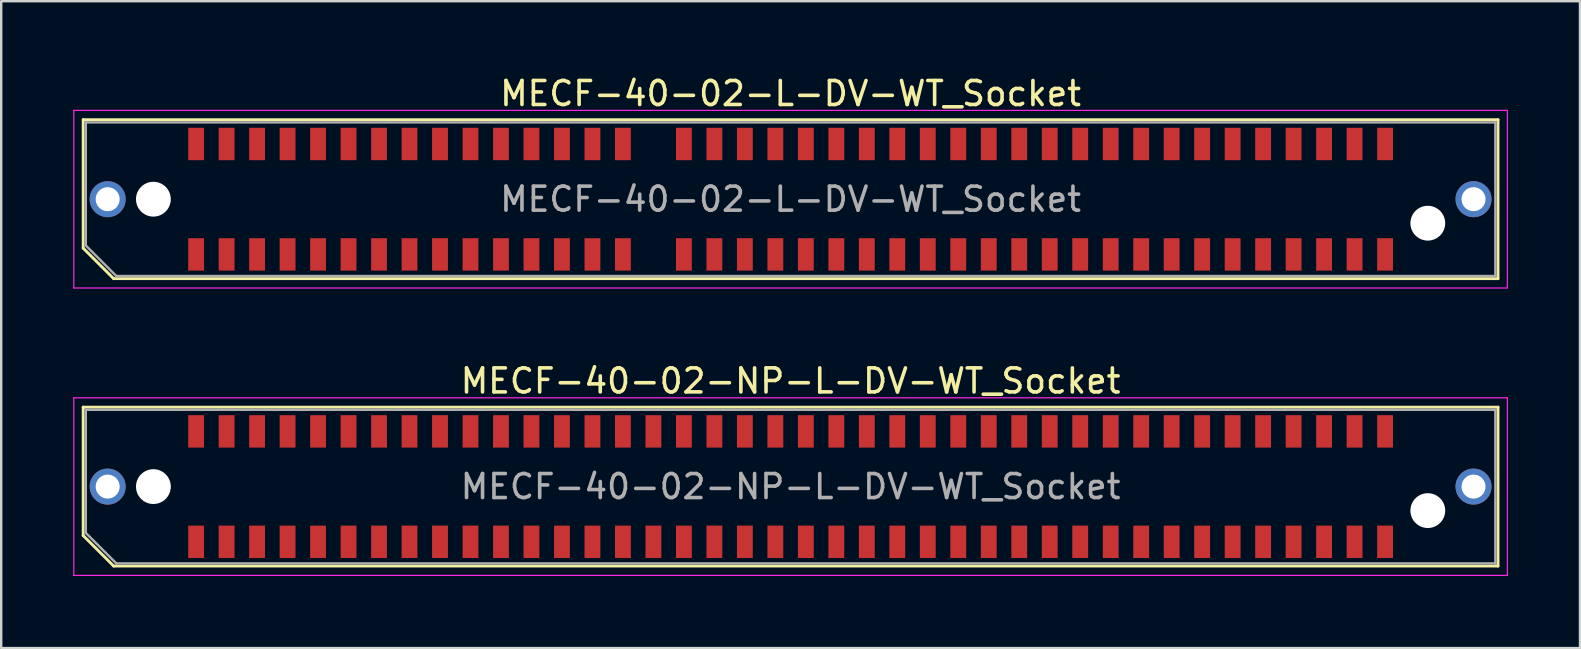
<source format=kicad_pcb>
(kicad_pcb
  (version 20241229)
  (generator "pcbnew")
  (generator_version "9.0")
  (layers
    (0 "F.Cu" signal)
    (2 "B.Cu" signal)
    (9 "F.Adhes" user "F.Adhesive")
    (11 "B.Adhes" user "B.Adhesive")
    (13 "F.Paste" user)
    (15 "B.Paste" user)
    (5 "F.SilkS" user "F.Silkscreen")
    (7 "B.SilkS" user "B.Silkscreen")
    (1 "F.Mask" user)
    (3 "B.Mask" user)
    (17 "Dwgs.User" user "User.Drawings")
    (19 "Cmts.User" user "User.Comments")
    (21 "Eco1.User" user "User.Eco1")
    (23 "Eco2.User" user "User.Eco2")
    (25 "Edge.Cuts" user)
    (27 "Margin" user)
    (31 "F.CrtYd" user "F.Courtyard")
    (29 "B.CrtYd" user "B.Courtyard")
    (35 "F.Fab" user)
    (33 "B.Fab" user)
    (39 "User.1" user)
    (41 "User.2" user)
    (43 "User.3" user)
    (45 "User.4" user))
  (footprint "MECF-40-02-L-DV-WT_Socket"
    (layer "F.Cu")
    (at 29.885 5.248)
    (property "Reference" "MECF-40-02-L-DV-WT_Socket" (at 0 -4.4 0) (layer "F.SilkS") (effects (font (size 1 1) (thickness 0.15))))
    (attr smd)
    (fp_line (start -29.47 -3.31) (end 29.47 -3.31) (stroke (width 0.12) (type solid)) (layer "F.SilkS"))
    (fp_line (start -29.47 2.04) (end -29.47 -3.31) (stroke (width 0.12) (type solid)) (layer "F.SilkS"))
    (fp_line (start -28.2 3.31) (end -29.47 2.04) (stroke (width 0.12) (type solid)) (layer "F.SilkS"))
    (fp_line (start -28.2 3.31) (end 29.47 3.31) (stroke (width 0.12) (type solid)) (layer "F.SilkS"))
    (fp_line (start 29.47 3.31) (end 29.47 -3.31) (stroke (width 0.12) (type solid)) (layer "F.SilkS"))
    (fp_line (start -29.86 -3.7) (end -29.86 3.7) (stroke (width 0.05) (type solid)) (layer "F.CrtYd"))
    (fp_line (start -29.86 3.7) (end 29.86 3.7) (stroke (width 0.05) (type solid)) (layer "F.CrtYd"))
    (fp_line (start 29.86 -3.7) (end -29.86 -3.7) (stroke (width 0.05) (type solid)) (layer "F.CrtYd"))
    (fp_line (start 29.86 3.7) (end 29.86 -3.7) (stroke (width 0.05) (type solid)) (layer "F.CrtYd"))
    (fp_line (start -29.36 -3.2) (end 29.36 -3.2) (stroke (width 0.1) (type solid)) (layer "F.Fab"))
    (fp_line (start -29.36 1.93) (end -29.36 -3.2) (stroke (width 0.1) (type solid)) (layer "F.Fab"))
    (fp_line (start -29.36 1.93) (end -28.09 3.2) (stroke (width 0.1) (type solid)) (layer "F.Fab"))
    (fp_line (start -28.09 3.2) (end 29.36 3.2) (stroke (width 0.1) (type solid)) (layer "F.Fab"))
    (fp_line (start 29.36 3.2) (end 29.36 -3.2) (stroke (width 0.1) (type solid)) (layer "F.Fab"))
    (fp_text user "${REFERENCE}" (at 0 0 0) (layer "F.Fab") (effects (font (size 1 1) (thickness 0.15))))
    (pad "" thru_hole circle (at -28.45 0) (size 1.5 1.5) (drill 1) (layers "*.Cu" "*.Mask"))
    (pad "" np_thru_hole circle (at -26.545 0) (size 1.45 1.45) (drill 1.45) (layers "*.Cu" "*.Mask"))
    (pad "" np_thru_hole circle (at 26.545 1) (size 1.45 1.45) (drill 1.45) (layers "*.Cu" "*.Mask"))
    (pad "" thru_hole circle (at 28.45 0) (size 1.5 1.5) (drill 1) (layers "*.Cu" "*.Mask"))
    (pad "1" smd rect (at -24.765 2.3) (size 0.66 1.35) (layers "F.Cu" "F.Mask" "F.Paste"))
    (pad "2" smd rect (at -24.765 -2.3) (size 0.66 1.35) (layers "F.Cu" "F.Mask" "F.Paste"))
    (pad "3" smd rect (at -23.495 2.3) (size 0.66 1.35) (layers "F.Cu" "F.Mask" "F.Paste"))
    (pad "4" smd rect (at -23.495 -2.3) (size 0.66 1.35) (layers "F.Cu" "F.Mask" "F.Paste"))
    (pad "5" smd rect (at -22.225 2.3) (size 0.66 1.35) (layers "F.Cu" "F.Mask" "F.Paste"))
    (pad "6" smd rect (at -22.225 -2.3) (size 0.66 1.35) (layers "F.Cu" "F.Mask" "F.Paste"))
    (pad "7" smd rect (at -20.955 2.3) (size 0.66 1.35) (layers "F.Cu" "F.Mask" "F.Paste"))
    (pad "8" smd rect (at -20.955 -2.3) (size 0.66 1.35) (layers "F.Cu" "F.Mask" "F.Paste"))
    (pad "9" smd rect (at -19.685 2.3) (size 0.66 1.35) (layers "F.Cu" "F.Mask" "F.Paste"))
    (pad "10" smd rect (at -19.685 -2.3) (size 0.66 1.35) (layers "F.Cu" "F.Mask" "F.Paste"))
    (pad "11" smd rect (at -18.415 2.3) (size 0.66 1.35) (layers "F.Cu" "F.Mask" "F.Paste"))
    (pad "12" smd rect (at -18.415 -2.3) (size 0.66 1.35) (layers "F.Cu" "F.Mask" "F.Paste"))
    (pad "13" smd rect (at -17.145 2.3) (size 0.66 1.35) (layers "F.Cu" "F.Mask" "F.Paste"))
    (pad "14" smd rect (at -17.145 -2.3) (size 0.66 1.35) (layers "F.Cu" "F.Mask" "F.Paste"))
    (pad "15" smd rect (at -15.875 2.3) (size 0.66 1.35) (layers "F.Cu" "F.Mask" "F.Paste"))
    (pad "16" smd rect (at -15.875 -2.3) (size 0.66 1.35) (layers "F.Cu" "F.Mask" "F.Paste"))
    (pad "17" smd rect (at -14.605 2.3) (size 0.66 1.35) (layers "F.Cu" "F.Mask" "F.Paste"))
    (pad "18" smd rect (at -14.605 -2.3) (size 0.66 1.35) (layers "F.Cu" "F.Mask" "F.Paste"))
    (pad "19" smd rect (at -13.335 2.3) (size 0.66 1.35) (layers "F.Cu" "F.Mask" "F.Paste"))
    (pad "20" smd rect (at -13.335 -2.3) (size 0.66 1.35) (layers "F.Cu" "F.Mask" "F.Paste"))
    (pad "21" smd rect (at -12.065 2.3) (size 0.66 1.35) (layers "F.Cu" "F.Mask" "F.Paste"))
    (pad "22" smd rect (at -12.065 -2.3) (size 0.66 1.35) (layers "F.Cu" "F.Mask" "F.Paste"))
    (pad "23" smd rect (at -10.795 2.3) (size 0.66 1.35) (layers "F.Cu" "F.Mask" "F.Paste"))
    (pad "24" smd rect (at -10.795 -2.3) (size 0.66 1.35) (layers "F.Cu" "F.Mask" "F.Paste"))
    (pad "25" smd rect (at -9.525 2.3) (size 0.66 1.35) (layers "F.Cu" "F.Mask" "F.Paste"))
    (pad "26" smd rect (at -9.525 -2.3) (size 0.66 1.35) (layers "F.Cu" "F.Mask" "F.Paste"))
    (pad "27" smd rect (at -8.255 2.3) (size 0.66 1.35) (layers "F.Cu" "F.Mask" "F.Paste"))
    (pad "28" smd rect (at -8.255 -2.3) (size 0.66 1.35) (layers "F.Cu" "F.Mask" "F.Paste"))
    (pad "29" smd rect (at -6.985 2.3) (size 0.66 1.35) (layers "F.Cu" "F.Mask" "F.Paste"))
    (pad "30" smd rect (at -6.985 -2.3) (size 0.66 1.35) (layers "F.Cu" "F.Mask" "F.Paste"))
    (pad "33" smd rect (at -4.445 2.3) (size 0.66 1.35) (layers "F.Cu" "F.Mask" "F.Paste"))
    (pad "34" smd rect (at -4.445 -2.3) (size 0.66 1.35) (layers "F.Cu" "F.Mask" "F.Paste"))
    (pad "35" smd rect (at -3.175 2.3) (size 0.66 1.35) (layers "F.Cu" "F.Mask" "F.Paste"))
    (pad "36" smd rect (at -3.175 -2.3) (size 0.66 1.35) (layers "F.Cu" "F.Mask" "F.Paste"))
    (pad "37" smd rect (at -1.905 2.3) (size 0.66 1.35) (layers "F.Cu" "F.Mask" "F.Paste"))
    (pad "38" smd rect (at -1.905 -2.3) (size 0.66 1.35) (layers "F.Cu" "F.Mask" "F.Paste"))
    (pad "39" smd rect (at -0.635 2.3) (size 0.66 1.35) (layers "F.Cu" "F.Mask" "F.Paste"))
    (pad "40" smd rect (at -0.635 -2.3) (size 0.66 1.35) (layers "F.Cu" "F.Mask" "F.Paste"))
    (pad "41" smd rect (at 0.635 2.3) (size 0.66 1.35) (layers "F.Cu" "F.Mask" "F.Paste"))
    (pad "42" smd rect (at 0.635 -2.3) (size 0.66 1.35) (layers "F.Cu" "F.Mask" "F.Paste"))
    (pad "43" smd rect (at 1.905 2.3) (size 0.66 1.35) (layers "F.Cu" "F.Mask" "F.Paste"))
    (pad "44" smd rect (at 1.905 -2.3) (size 0.66 1.35) (layers "F.Cu" "F.Mask" "F.Paste"))
    (pad "45" smd rect (at 3.175 2.3) (size 0.66 1.35) (layers "F.Cu" "F.Mask" "F.Paste"))
    (pad "46" smd rect (at 3.175 -2.3) (size 0.66 1.35) (layers "F.Cu" "F.Mask" "F.Paste"))
    (pad "47" smd rect (at 4.445 2.3) (size 0.66 1.35) (layers "F.Cu" "F.Mask" "F.Paste"))
    (pad "48" smd rect (at 4.445 -2.3) (size 0.66 1.35) (layers "F.Cu" "F.Mask" "F.Paste"))
    (pad "49" smd rect (at 5.715 2.3) (size 0.66 1.35) (layers "F.Cu" "F.Mask" "F.Paste"))
    (pad "50" smd rect (at 5.715 -2.3) (size 0.66 1.35) (layers "F.Cu" "F.Mask" "F.Paste"))
    (pad "51" smd rect (at 6.985 2.3) (size 0.66 1.35) (layers "F.Cu" "F.Mask" "F.Paste"))
    (pad "52" smd rect (at 6.985 -2.3) (size 0.66 1.35) (layers "F.Cu" "F.Mask" "F.Paste"))
    (pad "53" smd rect (at 8.255 2.3) (size 0.66 1.35) (layers "F.Cu" "F.Mask" "F.Paste"))
    (pad "54" smd rect (at 8.255 -2.3) (size 0.66 1.35) (layers "F.Cu" "F.Mask" "F.Paste"))
    (pad "55" smd rect (at 9.525 2.3) (size 0.66 1.35) (layers "F.Cu" "F.Mask" "F.Paste"))
    (pad "56" smd rect (at 9.525 -2.3) (size 0.66 1.35) (layers "F.Cu" "F.Mask" "F.Paste"))
    (pad "57" smd rect (at 10.795 2.3) (size 0.66 1.35) (layers "F.Cu" "F.Mask" "F.Paste"))
    (pad "58" smd rect (at 10.795 -2.3) (size 0.66 1.35) (layers "F.Cu" "F.Mask" "F.Paste"))
    (pad "59" smd rect (at 12.065 2.3) (size 0.66 1.35) (layers "F.Cu" "F.Mask" "F.Paste"))
    (pad "60" smd rect (at 12.065 -2.3) (size 0.66 1.35) (layers "F.Cu" "F.Mask" "F.Paste"))
    (pad "61" smd rect (at 13.335 2.3) (size 0.66 1.35) (layers "F.Cu" "F.Mask" "F.Paste"))
    (pad "62" smd rect (at 13.335 -2.3) (size 0.66 1.35) (layers "F.Cu" "F.Mask" "F.Paste"))
    (pad "63" smd rect (at 14.605 2.3) (size 0.66 1.35) (layers "F.Cu" "F.Mask" "F.Paste"))
    (pad "64" smd rect (at 14.605 -2.3) (size 0.66 1.35) (layers "F.Cu" "F.Mask" "F.Paste"))
    (pad "65" smd rect (at 15.875 2.3) (size 0.66 1.35) (layers "F.Cu" "F.Mask" "F.Paste"))
    (pad "66" smd rect (at 15.875 -2.3) (size 0.66 1.35) (layers "F.Cu" "F.Mask" "F.Paste"))
    (pad "67" smd rect (at 17.145 2.3) (size 0.66 1.35) (layers "F.Cu" "F.Mask" "F.Paste"))
    (pad "68" smd rect (at 17.145 -2.3) (size 0.66 1.35) (layers "F.Cu" "F.Mask" "F.Paste"))
    (pad "69" smd rect (at 18.415 2.3) (size 0.66 1.35) (layers "F.Cu" "F.Mask" "F.Paste"))
    (pad "70" smd rect (at 18.415 -2.3) (size 0.66 1.35) (layers "F.Cu" "F.Mask" "F.Paste"))
    (pad "71" smd rect (at 19.685 2.3) (size 0.66 1.35) (layers "F.Cu" "F.Mask" "F.Paste"))
    (pad "72" smd rect (at 19.685 -2.3) (size 0.66 1.35) (layers "F.Cu" "F.Mask" "F.Paste"))
    (pad "73" smd rect (at 20.955 2.3) (size 0.66 1.35) (layers "F.Cu" "F.Mask" "F.Paste"))
    (pad "74" smd rect (at 20.955 -2.3) (size 0.66 1.35) (layers "F.Cu" "F.Mask" "F.Paste"))
    (pad "75" smd rect (at 22.225 2.3) (size 0.66 1.35) (layers "F.Cu" "F.Mask" "F.Paste"))
    (pad "76" smd rect (at 22.225 -2.3) (size 0.66 1.35) (layers "F.Cu" "F.Mask" "F.Paste"))
    (pad "77" smd rect (at 23.495 2.3) (size 0.66 1.35) (layers "F.Cu" "F.Mask" "F.Paste"))
    (pad "78" smd rect (at 23.495 -2.3) (size 0.66 1.35) (layers "F.Cu" "F.Mask" "F.Paste"))
    (pad "79" smd rect (at 24.765 2.3) (size 0.66 1.35) (layers "F.Cu" "F.Mask" "F.Paste"))
    (pad "80" smd rect (at 24.765 -2.3) (size 0.66 1.35) (layers "F.Cu" "F.Mask" "F.Paste")))
  (footprint "MECF-40-02-NP-L-DV-WT_Socket"
    (layer "F.Cu")
    (at 29.885 17.221)
    (property "Reference" "MECF-40-02-NP-L-DV-WT_Socket" (at 0 -4.4 0) (layer "F.SilkS") (effects (font (size 1 1) (thickness 0.15))))
    (attr smd)
    (fp_line (start -29.47 -3.31) (end 29.47 -3.31) (stroke (width 0.12) (type solid)) (layer "F.SilkS"))
    (fp_line (start -29.47 2.04) (end -29.47 -3.31) (stroke (width 0.12) (type solid)) (layer "F.SilkS"))
    (fp_line (start -28.2 3.31) (end -29.47 2.04) (stroke (width 0.12) (type solid)) (layer "F.SilkS"))
    (fp_line (start -28.2 3.31) (end 29.47 3.31) (stroke (width 0.12) (type solid)) (layer "F.SilkS"))
    (fp_line (start 29.47 3.31) (end 29.47 -3.31) (stroke (width 0.12) (type solid)) (layer "F.SilkS"))
    (fp_line (start -29.86 -3.7) (end -29.86 3.7) (stroke (width 0.05) (type solid)) (layer "F.CrtYd"))
    (fp_line (start -29.86 3.7) (end 29.86 3.7) (stroke (width 0.05) (type solid)) (layer "F.CrtYd"))
    (fp_line (start 29.86 -3.7) (end -29.86 -3.7) (stroke (width 0.05) (type solid)) (layer "F.CrtYd"))
    (fp_line (start 29.86 3.7) (end 29.86 -3.7) (stroke (width 0.05) (type solid)) (layer "F.CrtYd"))
    (fp_line (start -29.36 -3.2) (end 29.36 -3.2) (stroke (width 0.1) (type solid)) (layer "F.Fab"))
    (fp_line (start -29.36 1.93) (end -29.36 -3.2) (stroke (width 0.1) (type solid)) (layer "F.Fab"))
    (fp_line (start -29.36 1.93) (end -28.09 3.2) (stroke (width 0.1) (type solid)) (layer "F.Fab"))
    (fp_line (start -28.09 3.2) (end 29.36 3.2) (stroke (width 0.1) (type solid)) (layer "F.Fab"))
    (fp_line (start 29.36 3.2) (end 29.36 -3.2) (stroke (width 0.1) (type solid)) (layer "F.Fab"))
    (fp_text user "${REFERENCE}" (at 0 0 0) (layer "F.Fab") (effects (font (size 1 1) (thickness 0.15))))
    (pad "" thru_hole circle (at -28.45 0) (size 1.5 1.5) (drill 1) (layers "*.Cu" "*.Mask"))
    (pad "" np_thru_hole circle (at -26.545 0) (size 1.45 1.45) (drill 1.45) (layers "*.Cu" "*.Mask"))
    (pad "" np_thru_hole circle (at 26.545 1) (size 1.45 1.45) (drill 1.45) (layers "*.Cu" "*.Mask"))
    (pad "" thru_hole circle (at 28.45 0) (size 1.5 1.5) (drill 1) (layers "*.Cu" "*.Mask"))
    (pad "1" smd rect (at -24.765 2.3) (size 0.66 1.35) (layers "F.Cu" "F.Mask" "F.Paste"))
    (pad "2" smd rect (at -24.765 -2.3) (size 0.66 1.35) (layers "F.Cu" "F.Mask" "F.Paste"))
    (pad "3" smd rect (at -23.495 2.3) (size 0.66 1.35) (layers "F.Cu" "F.Mask" "F.Paste"))
    (pad "4" smd rect (at -23.495 -2.3) (size 0.66 1.35) (layers "F.Cu" "F.Mask" "F.Paste"))
    (pad "5" smd rect (at -22.225 2.3) (size 0.66 1.35) (layers "F.Cu" "F.Mask" "F.Paste"))
    (pad "6" smd rect (at -22.225 -2.3) (size 0.66 1.35) (layers "F.Cu" "F.Mask" "F.Paste"))
    (pad "7" smd rect (at -20.955 2.3) (size 0.66 1.35) (layers "F.Cu" "F.Mask" "F.Paste"))
    (pad "8" smd rect (at -20.955 -2.3) (size 0.66 1.35) (layers "F.Cu" "F.Mask" "F.Paste"))
    (pad "9" smd rect (at -19.685 2.3) (size 0.66 1.35) (layers "F.Cu" "F.Mask" "F.Paste"))
    (pad "10" smd rect (at -19.685 -2.3) (size 0.66 1.35) (layers "F.Cu" "F.Mask" "F.Paste"))
    (pad "11" smd rect (at -18.415 2.3) (size 0.66 1.35) (layers "F.Cu" "F.Mask" "F.Paste"))
    (pad "12" smd rect (at -18.415 -2.3) (size 0.66 1.35) (layers "F.Cu" "F.Mask" "F.Paste"))
    (pad "13" smd rect (at -17.145 2.3) (size 0.66 1.35) (layers "F.Cu" "F.Mask" "F.Paste"))
    (pad "14" smd rect (at -17.145 -2.3) (size 0.66 1.35) (layers "F.Cu" "F.Mask" "F.Paste"))
    (pad "15" smd rect (at -15.875 2.3) (size 0.66 1.35) (layers "F.Cu" "F.Mask" "F.Paste"))
    (pad "16" smd rect (at -15.875 -2.3) (size 0.66 1.35) (layers "F.Cu" "F.Mask" "F.Paste"))
    (pad "17" smd rect (at -14.605 2.3) (size 0.66 1.35) (layers "F.Cu" "F.Mask" "F.Paste"))
    (pad "18" smd rect (at -14.605 -2.3) (size 0.66 1.35) (layers "F.Cu" "F.Mask" "F.Paste"))
    (pad "19" smd rect (at -13.335 2.3) (size 0.66 1.35) (layers "F.Cu" "F.Mask" "F.Paste"))
    (pad "20" smd rect (at -13.335 -2.3) (size 0.66 1.35) (layers "F.Cu" "F.Mask" "F.Paste"))
    (pad "21" smd rect (at -12.065 2.3) (size 0.66 1.35) (layers "F.Cu" "F.Mask" "F.Paste"))
    (pad "22" smd rect (at -12.065 -2.3) (size 0.66 1.35) (layers "F.Cu" "F.Mask" "F.Paste"))
    (pad "23" smd rect (at -10.795 2.3) (size 0.66 1.35) (layers "F.Cu" "F.Mask" "F.Paste"))
    (pad "24" smd rect (at -10.795 -2.3) (size 0.66 1.35) (layers "F.Cu" "F.Mask" "F.Paste"))
    (pad "25" smd rect (at -9.525 2.3) (size 0.66 1.35) (layers "F.Cu" "F.Mask" "F.Paste"))
    (pad "26" smd rect (at -9.525 -2.3) (size 0.66 1.35) (layers "F.Cu" "F.Mask" "F.Paste"))
    (pad "27" smd rect (at -8.255 2.3) (size 0.66 1.35) (layers "F.Cu" "F.Mask" "F.Paste"))
    (pad "28" smd rect (at -8.255 -2.3) (size 0.66 1.35) (layers "F.Cu" "F.Mask" "F.Paste"))
    (pad "29" smd rect (at -6.985 2.3) (size 0.66 1.35) (layers "F.Cu" "F.Mask" "F.Paste"))
    (pad "30" smd rect (at -6.985 -2.3) (size 0.66 1.35) (layers "F.Cu" "F.Mask" "F.Paste"))
    (pad "31" smd rect (at -5.715 2.3) (size 0.66 1.35) (layers "F.Cu" "F.Mask" "F.Paste"))
    (pad "32" smd rect (at -5.715 -2.3) (size 0.66 1.35) (layers "F.Cu" "F.Mask" "F.Paste"))
    (pad "33" smd rect (at -4.445 2.3) (size 0.66 1.35) (layers "F.Cu" "F.Mask" "F.Paste"))
    (pad "34" smd rect (at -4.445 -2.3) (size 0.66 1.35) (layers "F.Cu" "F.Mask" "F.Paste"))
    (pad "35" smd rect (at -3.175 2.3) (size 0.66 1.35) (layers "F.Cu" "F.Mask" "F.Paste"))
    (pad "36" smd rect (at -3.175 -2.3) (size 0.66 1.35) (layers "F.Cu" "F.Mask" "F.Paste"))
    (pad "37" smd rect (at -1.905 2.3) (size 0.66 1.35) (layers "F.Cu" "F.Mask" "F.Paste"))
    (pad "38" smd rect (at -1.905 -2.3) (size 0.66 1.35) (layers "F.Cu" "F.Mask" "F.Paste"))
    (pad "39" smd rect (at -0.635 2.3) (size 0.66 1.35) (layers "F.Cu" "F.Mask" "F.Paste"))
    (pad "40" smd rect (at -0.635 -2.3) (size 0.66 1.35) (layers "F.Cu" "F.Mask" "F.Paste"))
    (pad "41" smd rect (at 0.635 2.3) (size 0.66 1.35) (layers "F.Cu" "F.Mask" "F.Paste"))
    (pad "42" smd rect (at 0.635 -2.3) (size 0.66 1.35) (layers "F.Cu" "F.Mask" "F.Paste"))
    (pad "43" smd rect (at 1.905 2.3) (size 0.66 1.35) (layers "F.Cu" "F.Mask" "F.Paste"))
    (pad "44" smd rect (at 1.905 -2.3) (size 0.66 1.35) (layers "F.Cu" "F.Mask" "F.Paste"))
    (pad "45" smd rect (at 3.175 2.3) (size 0.66 1.35) (layers "F.Cu" "F.Mask" "F.Paste"))
    (pad "46" smd rect (at 3.175 -2.3) (size 0.66 1.35) (layers "F.Cu" "F.Mask" "F.Paste"))
    (pad "47" smd rect (at 4.445 2.3) (size 0.66 1.35) (layers "F.Cu" "F.Mask" "F.Paste"))
    (pad "48" smd rect (at 4.445 -2.3) (size 0.66 1.35) (layers "F.Cu" "F.Mask" "F.Paste"))
    (pad "49" smd rect (at 5.715 2.3) (size 0.66 1.35) (layers "F.Cu" "F.Mask" "F.Paste"))
    (pad "50" smd rect (at 5.715 -2.3) (size 0.66 1.35) (layers "F.Cu" "F.Mask" "F.Paste"))
    (pad "51" smd rect (at 6.985 2.3) (size 0.66 1.35) (layers "F.Cu" "F.Mask" "F.Paste"))
    (pad "52" smd rect (at 6.985 -2.3) (size 0.66 1.35) (layers "F.Cu" "F.Mask" "F.Paste"))
    (pad "53" smd rect (at 8.255 2.3) (size 0.66 1.35) (layers "F.Cu" "F.Mask" "F.Paste"))
    (pad "54" smd rect (at 8.255 -2.3) (size 0.66 1.35) (layers "F.Cu" "F.Mask" "F.Paste"))
    (pad "55" smd rect (at 9.525 2.3) (size 0.66 1.35) (layers "F.Cu" "F.Mask" "F.Paste"))
    (pad "56" smd rect (at 9.525 -2.3) (size 0.66 1.35) (layers "F.Cu" "F.Mask" "F.Paste"))
    (pad "57" smd rect (at 10.795 2.3) (size 0.66 1.35) (layers "F.Cu" "F.Mask" "F.Paste"))
    (pad "58" smd rect (at 10.795 -2.3) (size 0.66 1.35) (layers "F.Cu" "F.Mask" "F.Paste"))
    (pad "59" smd rect (at 12.065 2.3) (size 0.66 1.35) (layers "F.Cu" "F.Mask" "F.Paste"))
    (pad "60" smd rect (at 12.065 -2.3) (size 0.66 1.35) (layers "F.Cu" "F.Mask" "F.Paste"))
    (pad "61" smd rect (at 13.335 2.3) (size 0.66 1.35) (layers "F.Cu" "F.Mask" "F.Paste"))
    (pad "62" smd rect (at 13.335 -2.3) (size 0.66 1.35) (layers "F.Cu" "F.Mask" "F.Paste"))
    (pad "63" smd rect (at 14.605 2.3) (size 0.66 1.35) (layers "F.Cu" "F.Mask" "F.Paste"))
    (pad "64" smd rect (at 14.605 -2.3) (size 0.66 1.35) (layers "F.Cu" "F.Mask" "F.Paste"))
    (pad "65" smd rect (at 15.875 2.3) (size 0.66 1.35) (layers "F.Cu" "F.Mask" "F.Paste"))
    (pad "66" smd rect (at 15.875 -2.3) (size 0.66 1.35) (layers "F.Cu" "F.Mask" "F.Paste"))
    (pad "67" smd rect (at 17.145 2.3) (size 0.66 1.35) (layers "F.Cu" "F.Mask" "F.Paste"))
    (pad "68" smd rect (at 17.145 -2.3) (size 0.66 1.35) (layers "F.Cu" "F.Mask" "F.Paste"))
    (pad "69" smd rect (at 18.415 2.3) (size 0.66 1.35) (layers "F.Cu" "F.Mask" "F.Paste"))
    (pad "70" smd rect (at 18.415 -2.3) (size 0.66 1.35) (layers "F.Cu" "F.Mask" "F.Paste"))
    (pad "71" smd rect (at 19.685 2.3) (size 0.66 1.35) (layers "F.Cu" "F.Mask" "F.Paste"))
    (pad "72" smd rect (at 19.685 -2.3) (size 0.66 1.35) (layers "F.Cu" "F.Mask" "F.Paste"))
    (pad "73" smd rect (at 20.955 2.3) (size 0.66 1.35) (layers "F.Cu" "F.Mask" "F.Paste"))
    (pad "74" smd rect (at 20.955 -2.3) (size 0.66 1.35) (layers "F.Cu" "F.Mask" "F.Paste"))
    (pad "75" smd rect (at 22.225 2.3) (size 0.66 1.35) (layers "F.Cu" "F.Mask" "F.Paste"))
    (pad "76" smd rect (at 22.225 -2.3) (size 0.66 1.35) (layers "F.Cu" "F.Mask" "F.Paste"))
    (pad "77" smd rect (at 23.495 2.3) (size 0.66 1.35) (layers "F.Cu" "F.Mask" "F.Paste"))
    (pad "78" smd rect (at 23.495 -2.3) (size 0.66 1.35) (layers "F.Cu" "F.Mask" "F.Paste"))
    (pad "79" smd rect (at 24.765 2.3) (size 0.66 1.35) (layers "F.Cu" "F.Mask" "F.Paste"))
    (pad "80" smd rect (at 24.765 -2.3) (size 0.66 1.35) (layers "F.Cu" "F.Mask" "F.Paste")))
  (gr_rect
    (start -3 -3)
    (end 62.77 23.947)
    (stroke (width 0.1) (type default))
    (fill no)
    (layer "Edge.Cuts")))
</source>
